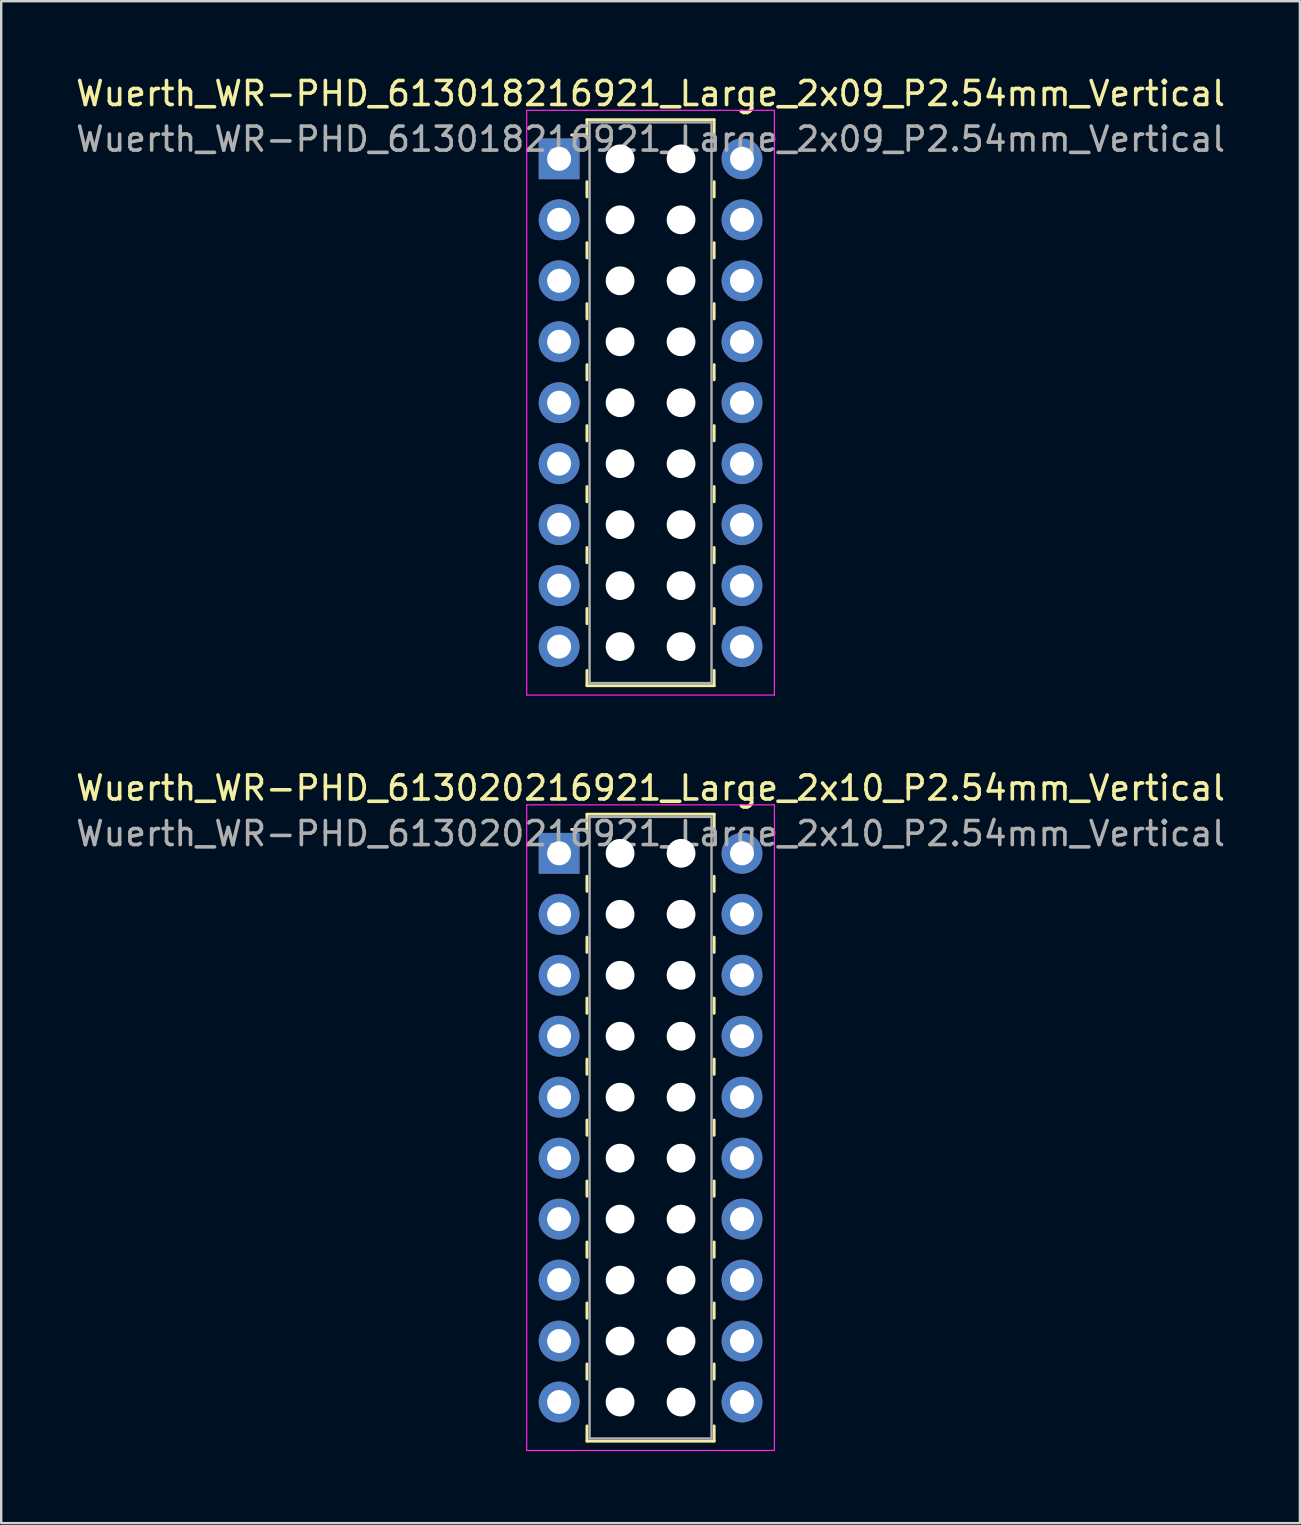
<source format=kicad_pcb>
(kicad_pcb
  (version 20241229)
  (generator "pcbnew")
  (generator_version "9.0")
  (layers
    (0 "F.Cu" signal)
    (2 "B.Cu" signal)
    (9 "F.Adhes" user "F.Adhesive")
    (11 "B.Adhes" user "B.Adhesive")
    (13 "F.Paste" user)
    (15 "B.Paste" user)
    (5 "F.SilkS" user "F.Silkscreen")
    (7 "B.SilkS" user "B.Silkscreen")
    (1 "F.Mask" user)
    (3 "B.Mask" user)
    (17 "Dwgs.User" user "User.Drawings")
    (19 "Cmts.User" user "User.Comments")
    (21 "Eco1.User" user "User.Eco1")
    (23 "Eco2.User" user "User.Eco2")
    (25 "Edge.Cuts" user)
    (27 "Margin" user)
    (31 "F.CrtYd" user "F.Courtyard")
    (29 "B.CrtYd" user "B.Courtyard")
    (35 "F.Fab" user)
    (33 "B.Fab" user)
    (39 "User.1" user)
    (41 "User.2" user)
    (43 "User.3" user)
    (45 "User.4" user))
  (footprint "Wuerth_WR-PHD_613018216921_Large_2x09_P2.54mm_Vertical"
    (layer "F.Cu")
    (at 20.244 3.568)
    (property "Reference" "Wuerth_WR-PHD_613018216921_Large_2x09_P2.54mm_Vertical" (at 3.81 -2.72 0) (layer "F.SilkS") (effects (font (size 1 1) (thickness 0.15))))
    (attr through_hole)
    (fp_line (start 1.16 -1.63) (end 1.16 -0.995) (stroke (width 0.12) (type solid)) (layer "F.SilkS"))
    (fp_line (start 1.16 -1.63) (end 6.46 -1.63) (stroke (width 0.12) (type solid)) (layer "F.SilkS"))
    (fp_line (start 1.16 -0.995) (end 0.525 -0.995) (stroke (width 0.12) (type solid)) (layer "F.SilkS"))
    (fp_line (start 1.16 0.953) (end 1.16 1.587) (stroke (width 0.12) (type solid)) (layer "F.SilkS"))
    (fp_line (start 1.16 3.493) (end 1.16 4.128) (stroke (width 0.12) (type solid)) (layer "F.SilkS"))
    (fp_line (start 1.16 6.032) (end 1.16 6.668) (stroke (width 0.12) (type solid)) (layer "F.SilkS"))
    (fp_line (start 1.16 8.572) (end 1.16 9.207) (stroke (width 0.12) (type solid)) (layer "F.SilkS"))
    (fp_line (start 1.16 11.113) (end 1.16 11.748) (stroke (width 0.12) (type solid)) (layer "F.SilkS"))
    (fp_line (start 1.16 13.652) (end 1.16 14.287) (stroke (width 0.12) (type solid)) (layer "F.SilkS"))
    (fp_line (start 1.16 16.192) (end 1.16 16.828) (stroke (width 0.12) (type solid)) (layer "F.SilkS"))
    (fp_line (start 1.16 18.733) (end 1.16 19.367) (stroke (width 0.12) (type solid)) (layer "F.SilkS"))
    (fp_line (start 1.16 21.95) (end 1.16 21.315) (stroke (width 0.12) (type solid)) (layer "F.SilkS"))
    (fp_line (start 1.16 21.95) (end 6.46 21.95) (stroke (width 0.12) (type solid)) (layer "F.SilkS"))
    (fp_line (start 6.46 -1.63) (end 6.46 -0.995) (stroke (width 0.12) (type solid)) (layer "F.SilkS"))
    (fp_line (start 6.46 0.953) (end 6.46 1.587) (stroke (width 0.12) (type solid)) (layer "F.SilkS"))
    (fp_line (start 6.46 3.493) (end 6.46 4.128) (stroke (width 0.12) (type solid)) (layer "F.SilkS"))
    (fp_line (start 6.46 6.032) (end 6.46 6.668) (stroke (width 0.12) (type solid)) (layer "F.SilkS"))
    (fp_line (start 6.46 8.572) (end 6.46 9.207) (stroke (width 0.12) (type solid)) (layer "F.SilkS"))
    (fp_line (start 6.46 11.113) (end 6.46 11.748) (stroke (width 0.12) (type solid)) (layer "F.SilkS"))
    (fp_line (start 6.46 13.652) (end 6.46 14.287) (stroke (width 0.12) (type solid)) (layer "F.SilkS"))
    (fp_line (start 6.46 16.192) (end 6.46 16.828) (stroke (width 0.12) (type solid)) (layer "F.SilkS"))
    (fp_line (start 6.46 18.733) (end 6.46 19.367) (stroke (width 0.12) (type solid)) (layer "F.SilkS"))
    (fp_line (start 6.46 21.95) (end 6.46 21.315) (stroke (width 0.12) (type solid)) (layer "F.SilkS"))
    (fp_line (start -1.35 -2.02) (end -1.35 22.34) (stroke (width 0.05) (type solid)) (layer "F.CrtYd"))
    (fp_line (start -1.35 22.34) (end 8.97 22.34) (stroke (width 0.05) (type solid)) (layer "F.CrtYd"))
    (fp_line (start 8.97 -2.02) (end -1.35 -2.02) (stroke (width 0.05) (type solid)) (layer "F.CrtYd"))
    (fp_line (start 8.97 22.34) (end 8.97 -2.02) (stroke (width 0.05) (type solid)) (layer "F.CrtYd"))
    (fp_line (start 1.27 -1.52) (end 1.27 21.84) (stroke (width 0.1) (type solid)) (layer "F.Fab"))
    (fp_line (start 1.27 21.84) (end 6.35 21.84) (stroke (width 0.1) (type solid)) (layer "F.Fab"))
    (fp_line (start 6.35 -1.52) (end 1.27 -1.52) (stroke (width 0.1) (type solid)) (layer "F.Fab"))
    (fp_line (start 6.35 21.84) (end 6.35 -1.52) (stroke (width 0.1) (type solid)) (layer "F.Fab"))
    (fp_text user "${REFERENCE}" (at 3.81 -0.82 0) (layer "F.Fab") (effects (font (size 1 1) (thickness 0.15))))
    (pad "" np_thru_hole circle (at 2.54 0) (size 1.2 1.2) (drill 1.2) (layers "*.Cu" "*.Mask"))
    (pad "" np_thru_hole circle (at 2.54 2.54) (size 1.2 1.2) (drill 1.2) (layers "*.Cu" "*.Mask"))
    (pad "" np_thru_hole circle (at 2.54 5.08) (size 1.2 1.2) (drill 1.2) (layers "*.Cu" "*.Mask"))
    (pad "" np_thru_hole circle (at 2.54 7.62) (size 1.2 1.2) (drill 1.2) (layers "*.Cu" "*.Mask"))
    (pad "" np_thru_hole circle (at 2.54 10.16) (size 1.2 1.2) (drill 1.2) (layers "*.Cu" "*.Mask"))
    (pad "" np_thru_hole circle (at 2.54 12.7) (size 1.2 1.2) (drill 1.2) (layers "*.Cu" "*.Mask"))
    (pad "" np_thru_hole circle (at 2.54 15.24) (size 1.2 1.2) (drill 1.2) (layers "*.Cu" "*.Mask"))
    (pad "" np_thru_hole circle (at 2.54 17.78) (size 1.2 1.2) (drill 1.2) (layers "*.Cu" "*.Mask"))
    (pad "" np_thru_hole circle (at 2.54 20.32) (size 1.2 1.2) (drill 1.2) (layers "*.Cu" "*.Mask"))
    (pad "" np_thru_hole circle (at 5.08 0) (size 1.2 1.2) (drill 1.2) (layers "*.Cu" "*.Mask"))
    (pad "" np_thru_hole circle (at 5.08 2.54) (size 1.2 1.2) (drill 1.2) (layers "*.Cu" "*.Mask"))
    (pad "" np_thru_hole circle (at 5.08 5.08) (size 1.2 1.2) (drill 1.2) (layers "*.Cu" "*.Mask"))
    (pad "" np_thru_hole circle (at 5.08 7.62) (size 1.2 1.2) (drill 1.2) (layers "*.Cu" "*.Mask"))
    (pad "" np_thru_hole circle (at 5.08 10.16) (size 1.2 1.2) (drill 1.2) (layers "*.Cu" "*.Mask"))
    (pad "" np_thru_hole circle (at 5.08 12.7) (size 1.2 1.2) (drill 1.2) (layers "*.Cu" "*.Mask"))
    (pad "" np_thru_hole circle (at 5.08 15.24) (size 1.2 1.2) (drill 1.2) (layers "*.Cu" "*.Mask"))
    (pad "" np_thru_hole circle (at 5.08 17.78) (size 1.2 1.2) (drill 1.2) (layers "*.Cu" "*.Mask"))
    (pad "" np_thru_hole circle (at 5.08 20.32) (size 1.2 1.2) (drill 1.2) (layers "*.Cu" "*.Mask"))
    (pad "1" thru_hole rect (at 0 0) (size 1.7 1.7) (drill 1) (layers "*.Cu" "*.Mask"))
    (pad "2" thru_hole circle (at 7.62 0) (size 1.7 1.7) (drill 1) (layers "*.Cu" "*.Mask"))
    (pad "3" thru_hole circle (at 0 2.54) (size 1.7 1.7) (drill 1) (layers "*.Cu" "*.Mask"))
    (pad "4" thru_hole circle (at 7.62 2.54) (size 1.7 1.7) (drill 1) (layers "*.Cu" "*.Mask"))
    (pad "5" thru_hole circle (at 0 5.08) (size 1.7 1.7) (drill 1) (layers "*.Cu" "*.Mask"))
    (pad "6" thru_hole circle (at 7.62 5.08) (size 1.7 1.7) (drill 1) (layers "*.Cu" "*.Mask"))
    (pad "7" thru_hole circle (at 0 7.62) (size 1.7 1.7) (drill 1) (layers "*.Cu" "*.Mask"))
    (pad "8" thru_hole circle (at 7.62 7.62) (size 1.7 1.7) (drill 1) (layers "*.Cu" "*.Mask"))
    (pad "9" thru_hole circle (at 0 10.16) (size 1.7 1.7) (drill 1) (layers "*.Cu" "*.Mask"))
    (pad "10" thru_hole circle (at 7.62 10.16) (size 1.7 1.7) (drill 1) (layers "*.Cu" "*.Mask"))
    (pad "11" thru_hole circle (at 0 12.7) (size 1.7 1.7) (drill 1) (layers "*.Cu" "*.Mask"))
    (pad "12" thru_hole circle (at 7.62 12.7) (size 1.7 1.7) (drill 1) (layers "*.Cu" "*.Mask"))
    (pad "13" thru_hole circle (at 0 15.24) (size 1.7 1.7) (drill 1) (layers "*.Cu" "*.Mask"))
    (pad "14" thru_hole circle (at 7.62 15.24) (size 1.7 1.7) (drill 1) (layers "*.Cu" "*.Mask"))
    (pad "15" thru_hole circle (at 0 17.78) (size 1.7 1.7) (drill 1) (layers "*.Cu" "*.Mask"))
    (pad "16" thru_hole circle (at 7.62 17.78) (size 1.7 1.7) (drill 1) (layers "*.Cu" "*.Mask"))
    (pad "17" thru_hole circle (at 0 20.32) (size 1.7 1.7) (drill 1) (layers "*.Cu" "*.Mask"))
    (pad "18" thru_hole circle (at 7.62 20.32) (size 1.7 1.7) (drill 1) (layers "*.Cu" "*.Mask")))
  (footprint "Wuerth_WR-PHD_613020216921_Large_2x10_P2.54mm_Vertical"
    (layer "F.Cu")
    (at 20.244 32.502)
    (property "Reference" "Wuerth_WR-PHD_613020216921_Large_2x10_P2.54mm_Vertical" (at 3.81 -2.72 0) (layer "F.SilkS") (effects (font (size 1 1) (thickness 0.15))))
    (attr through_hole)
    (fp_line (start 1.16 -1.63) (end 1.16 -0.995) (stroke (width 0.12) (type solid)) (layer "F.SilkS"))
    (fp_line (start 1.16 -1.63) (end 6.46 -1.63) (stroke (width 0.12) (type solid)) (layer "F.SilkS"))
    (fp_line (start 1.16 -0.995) (end 0.525 -0.995) (stroke (width 0.12) (type solid)) (layer "F.SilkS"))
    (fp_line (start 1.16 0.953) (end 1.16 1.587) (stroke (width 0.12) (type solid)) (layer "F.SilkS"))
    (fp_line (start 1.16 3.493) (end 1.16 4.128) (stroke (width 0.12) (type solid)) (layer "F.SilkS"))
    (fp_line (start 1.16 6.032) (end 1.16 6.668) (stroke (width 0.12) (type solid)) (layer "F.SilkS"))
    (fp_line (start 1.16 8.572) (end 1.16 9.207) (stroke (width 0.12) (type solid)) (layer "F.SilkS"))
    (fp_line (start 1.16 11.113) (end 1.16 11.748) (stroke (width 0.12) (type solid)) (layer "F.SilkS"))
    (fp_line (start 1.16 13.652) (end 1.16 14.287) (stroke (width 0.12) (type solid)) (layer "F.SilkS"))
    (fp_line (start 1.16 16.192) (end 1.16 16.828) (stroke (width 0.12) (type solid)) (layer "F.SilkS"))
    (fp_line (start 1.16 18.733) (end 1.16 19.367) (stroke (width 0.12) (type solid)) (layer "F.SilkS"))
    (fp_line (start 1.16 21.273) (end 1.16 21.907) (stroke (width 0.12) (type solid)) (layer "F.SilkS"))
    (fp_line (start 1.16 24.49) (end 1.16 23.855) (stroke (width 0.12) (type solid)) (layer "F.SilkS"))
    (fp_line (start 1.16 24.49) (end 6.46 24.49) (stroke (width 0.12) (type solid)) (layer "F.SilkS"))
    (fp_line (start 6.46 -1.63) (end 6.46 -0.995) (stroke (width 0.12) (type solid)) (layer "F.SilkS"))
    (fp_line (start 6.46 0.953) (end 6.46 1.587) (stroke (width 0.12) (type solid)) (layer "F.SilkS"))
    (fp_line (start 6.46 3.493) (end 6.46 4.128) (stroke (width 0.12) (type solid)) (layer "F.SilkS"))
    (fp_line (start 6.46 6.032) (end 6.46 6.668) (stroke (width 0.12) (type solid)) (layer "F.SilkS"))
    (fp_line (start 6.46 8.572) (end 6.46 9.207) (stroke (width 0.12) (type solid)) (layer "F.SilkS"))
    (fp_line (start 6.46 11.113) (end 6.46 11.748) (stroke (width 0.12) (type solid)) (layer "F.SilkS"))
    (fp_line (start 6.46 13.652) (end 6.46 14.287) (stroke (width 0.12) (type solid)) (layer "F.SilkS"))
    (fp_line (start 6.46 16.192) (end 6.46 16.828) (stroke (width 0.12) (type solid)) (layer "F.SilkS"))
    (fp_line (start 6.46 18.733) (end 6.46 19.367) (stroke (width 0.12) (type solid)) (layer "F.SilkS"))
    (fp_line (start 6.46 21.273) (end 6.46 21.907) (stroke (width 0.12) (type solid)) (layer "F.SilkS"))
    (fp_line (start 6.46 24.49) (end 6.46 23.855) (stroke (width 0.12) (type solid)) (layer "F.SilkS"))
    (fp_line (start -1.35 -2.02) (end -1.35 24.88) (stroke (width 0.05) (type solid)) (layer "F.CrtYd"))
    (fp_line (start -1.35 24.88) (end 8.97 24.88) (stroke (width 0.05) (type solid)) (layer "F.CrtYd"))
    (fp_line (start 8.97 -2.02) (end -1.35 -2.02) (stroke (width 0.05) (type solid)) (layer "F.CrtYd"))
    (fp_line (start 8.97 24.88) (end 8.97 -2.02) (stroke (width 0.05) (type solid)) (layer "F.CrtYd"))
    (fp_line (start 1.27 -1.52) (end 1.27 24.38) (stroke (width 0.1) (type solid)) (layer "F.Fab"))
    (fp_line (start 1.27 24.38) (end 6.35 24.38) (stroke (width 0.1) (type solid)) (layer "F.Fab"))
    (fp_line (start 6.35 -1.52) (end 1.27 -1.52) (stroke (width 0.1) (type solid)) (layer "F.Fab"))
    (fp_line (start 6.35 24.38) (end 6.35 -1.52) (stroke (width 0.1) (type solid)) (layer "F.Fab"))
    (fp_text user "${REFERENCE}" (at 3.81 -0.82 0) (layer "F.Fab") (effects (font (size 1 1) (thickness 0.15))))
    (pad "" np_thru_hole circle (at 2.54 0) (size 1.2 1.2) (drill 1.2) (layers "*.Cu" "*.Mask"))
    (pad "" np_thru_hole circle (at 2.54 2.54) (size 1.2 1.2) (drill 1.2) (layers "*.Cu" "*.Mask"))
    (pad "" np_thru_hole circle (at 2.54 5.08) (size 1.2 1.2) (drill 1.2) (layers "*.Cu" "*.Mask"))
    (pad "" np_thru_hole circle (at 2.54 7.62) (size 1.2 1.2) (drill 1.2) (layers "*.Cu" "*.Mask"))
    (pad "" np_thru_hole circle (at 2.54 10.16) (size 1.2 1.2) (drill 1.2) (layers "*.Cu" "*.Mask"))
    (pad "" np_thru_hole circle (at 2.54 12.7) (size 1.2 1.2) (drill 1.2) (layers "*.Cu" "*.Mask"))
    (pad "" np_thru_hole circle (at 2.54 15.24) (size 1.2 1.2) (drill 1.2) (layers "*.Cu" "*.Mask"))
    (pad "" np_thru_hole circle (at 2.54 17.78) (size 1.2 1.2) (drill 1.2) (layers "*.Cu" "*.Mask"))
    (pad "" np_thru_hole circle (at 2.54 20.32) (size 1.2 1.2) (drill 1.2) (layers "*.Cu" "*.Mask"))
    (pad "" np_thru_hole circle (at 2.54 22.86) (size 1.2 1.2) (drill 1.2) (layers "*.Cu" "*.Mask"))
    (pad "" np_thru_hole circle (at 5.08 0) (size 1.2 1.2) (drill 1.2) (layers "*.Cu" "*.Mask"))
    (pad "" np_thru_hole circle (at 5.08 2.54) (size 1.2 1.2) (drill 1.2) (layers "*.Cu" "*.Mask"))
    (pad "" np_thru_hole circle (at 5.08 5.08) (size 1.2 1.2) (drill 1.2) (layers "*.Cu" "*.Mask"))
    (pad "" np_thru_hole circle (at 5.08 7.62) (size 1.2 1.2) (drill 1.2) (layers "*.Cu" "*.Mask"))
    (pad "" np_thru_hole circle (at 5.08 10.16) (size 1.2 1.2) (drill 1.2) (layers "*.Cu" "*.Mask"))
    (pad "" np_thru_hole circle (at 5.08 12.7) (size 1.2 1.2) (drill 1.2) (layers "*.Cu" "*.Mask"))
    (pad "" np_thru_hole circle (at 5.08 15.24) (size 1.2 1.2) (drill 1.2) (layers "*.Cu" "*.Mask"))
    (pad "" np_thru_hole circle (at 5.08 17.78) (size 1.2 1.2) (drill 1.2) (layers "*.Cu" "*.Mask"))
    (pad "" np_thru_hole circle (at 5.08 20.32) (size 1.2 1.2) (drill 1.2) (layers "*.Cu" "*.Mask"))
    (pad "" np_thru_hole circle (at 5.08 22.86) (size 1.2 1.2) (drill 1.2) (layers "*.Cu" "*.Mask"))
    (pad "1" thru_hole rect (at 0 0) (size 1.7 1.7) (drill 1) (layers "*.Cu" "*.Mask"))
    (pad "2" thru_hole circle (at 7.62 0) (size 1.7 1.7) (drill 1) (layers "*.Cu" "*.Mask"))
    (pad "3" thru_hole circle (at 0 2.54) (size 1.7 1.7) (drill 1) (layers "*.Cu" "*.Mask"))
    (pad "4" thru_hole circle (at 7.62 2.54) (size 1.7 1.7) (drill 1) (layers "*.Cu" "*.Mask"))
    (pad "5" thru_hole circle (at 0 5.08) (size 1.7 1.7) (drill 1) (layers "*.Cu" "*.Mask"))
    (pad "6" thru_hole circle (at 7.62 5.08) (size 1.7 1.7) (drill 1) (layers "*.Cu" "*.Mask"))
    (pad "7" thru_hole circle (at 0 7.62) (size 1.7 1.7) (drill 1) (layers "*.Cu" "*.Mask"))
    (pad "8" thru_hole circle (at 7.62 7.62) (size 1.7 1.7) (drill 1) (layers "*.Cu" "*.Mask"))
    (pad "9" thru_hole circle (at 0 10.16) (size 1.7 1.7) (drill 1) (layers "*.Cu" "*.Mask"))
    (pad "10" thru_hole circle (at 7.62 10.16) (size 1.7 1.7) (drill 1) (layers "*.Cu" "*.Mask"))
    (pad "11" thru_hole circle (at 0 12.7) (size 1.7 1.7) (drill 1) (layers "*.Cu" "*.Mask"))
    (pad "12" thru_hole circle (at 7.62 12.7) (size 1.7 1.7) (drill 1) (layers "*.Cu" "*.Mask"))
    (pad "13" thru_hole circle (at 0 15.24) (size 1.7 1.7) (drill 1) (layers "*.Cu" "*.Mask"))
    (pad "14" thru_hole circle (at 7.62 15.24) (size 1.7 1.7) (drill 1) (layers "*.Cu" "*.Mask"))
    (pad "15" thru_hole circle (at 0 17.78) (size 1.7 1.7) (drill 1) (layers "*.Cu" "*.Mask"))
    (pad "16" thru_hole circle (at 7.62 17.78) (size 1.7 1.7) (drill 1) (layers "*.Cu" "*.Mask"))
    (pad "17" thru_hole circle (at 0 20.32) (size 1.7 1.7) (drill 1) (layers "*.Cu" "*.Mask"))
    (pad "18" thru_hole circle (at 7.62 20.32) (size 1.7 1.7) (drill 1) (layers "*.Cu" "*.Mask"))
    (pad "19" thru_hole circle (at 0 22.86) (size 1.7 1.7) (drill 1) (layers "*.Cu" "*.Mask"))
    (pad "20" thru_hole circle (at 7.62 22.86) (size 1.7 1.7) (drill 1) (layers "*.Cu" "*.Mask")))
  (gr_rect
    (start -3 -3)
    (end 51.107 60.407)
    (stroke (width 0.1) (type default))
    (fill no)
    (layer "Edge.Cuts")))
</source>
